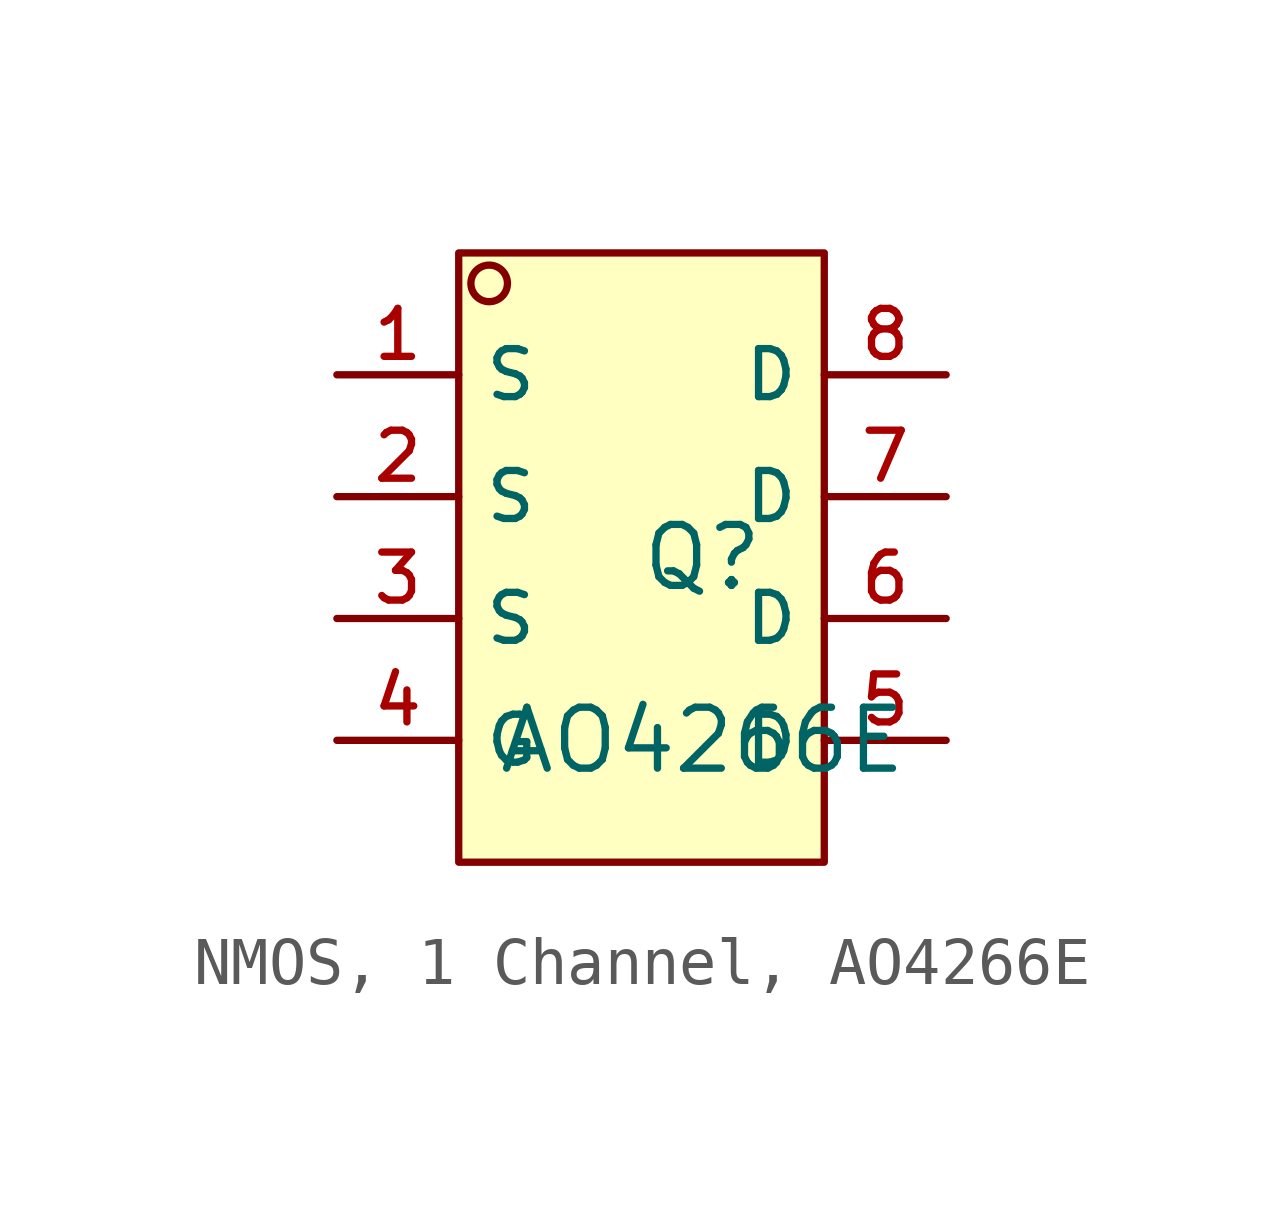
<source format=kicad_sym>
(kicad_symbol_lib
  (version 20231120)
  (generator "CDFER_Archive_Tool")
  (generator_version "0.0")
  (symbol "NMOS, 1 Channel, AO4266E"
    (property "Reference" "Q"
      (at 0 1.27 0)
      (effects (font (size 1.27 1.27))))
    (property "Value" "AO4266E"
      (at 0 -2.54 0)
      (effects (font (size 1.27 1.27))))
    (symbol "NMOS, 1 Channel, AO4266E_0_1"
      (rectangle (start -5.08 7.62) (end 2.54 -5.08) (stroke (width 0) (type default)) (fill (type background)))
      (circle (center -4.445 6.985) (radius 0.381) (stroke (width 0) (type default)) (fill (type background)))
      (pin unspecified line (at -7.62 5.08 0) (length 2.54) (name "S" (effects (font (size 1 1)))) (number "1" (effects (font (size 1 1)))))
      (pin unspecified line (at -7.62 2.54 0) (length 2.54) (name "S" (effects (font (size 1 1)))) (number "2" (effects (font (size 1 1)))))
      (pin unspecified line (at -7.62 0 0) (length 2.54) (name "S" (effects (font (size 1 1)))) (number "3" (effects (font (size 1 1)))))
      (pin unspecified line (at -7.62 -2.54 0) (length 2.54) (name "G" (effects (font (size 1 1)))) (number "4" (effects (font (size 1 1)))))
      (pin unspecified line (at 5.08 -2.54 180) (length 2.54) (name "D" (effects (font (size 1 1)))) (number "5" (effects (font (size 1 1)))))
      (pin unspecified line (at 5.08 0 180) (length 2.54) (name "D" (effects (font (size 1 1)))) (number "6" (effects (font (size 1 1)))))
      (pin unspecified line (at 5.08 2.54 180) (length 2.54) (name "D" (effects (font (size 1 1)))) (number "7" (effects (font (size 1 1)))))
      (pin unspecified line (at 5.08 5.08 180) (length 2.54) (name "D" (effects (font (size 1 1)))) (number "8" (effects (font (size 1 1))))))))
</source>
